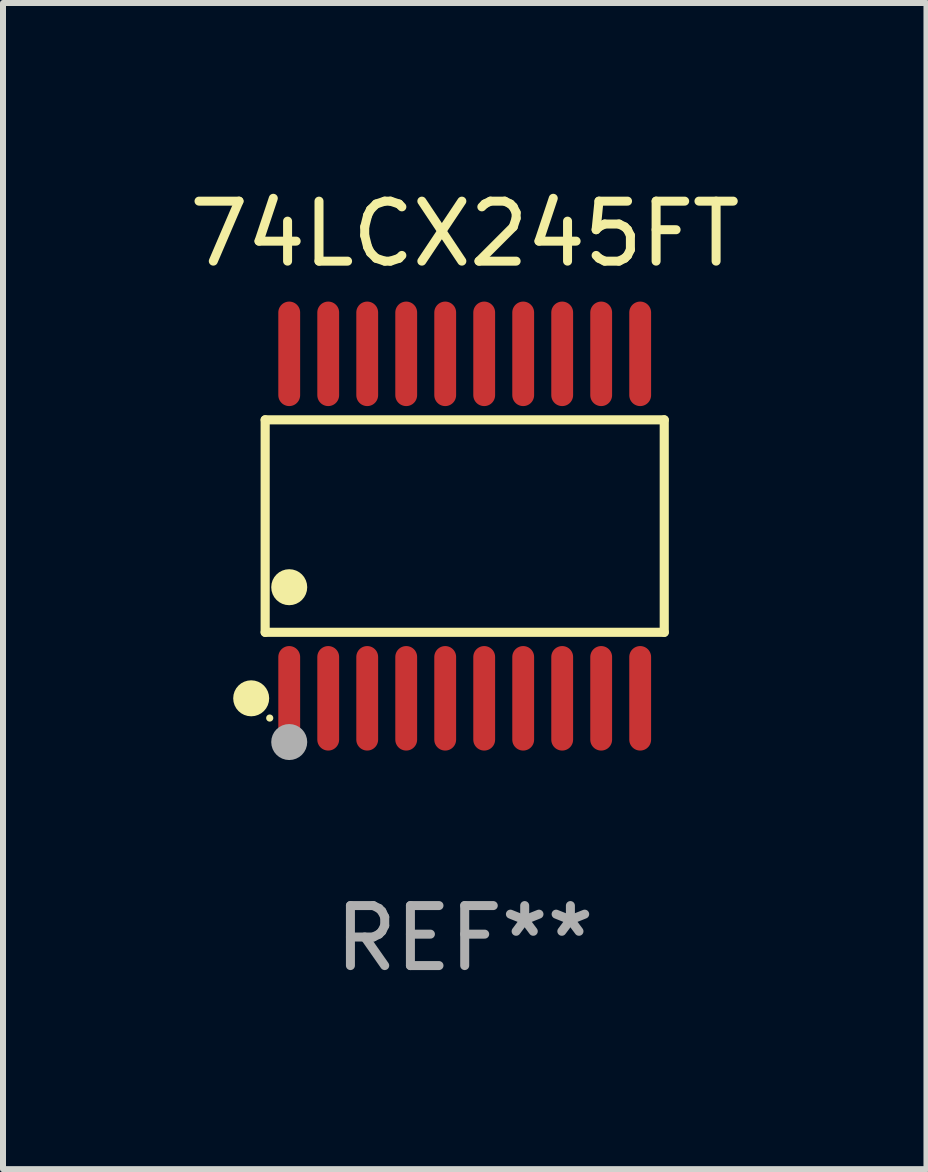
<source format=kicad_pcb>
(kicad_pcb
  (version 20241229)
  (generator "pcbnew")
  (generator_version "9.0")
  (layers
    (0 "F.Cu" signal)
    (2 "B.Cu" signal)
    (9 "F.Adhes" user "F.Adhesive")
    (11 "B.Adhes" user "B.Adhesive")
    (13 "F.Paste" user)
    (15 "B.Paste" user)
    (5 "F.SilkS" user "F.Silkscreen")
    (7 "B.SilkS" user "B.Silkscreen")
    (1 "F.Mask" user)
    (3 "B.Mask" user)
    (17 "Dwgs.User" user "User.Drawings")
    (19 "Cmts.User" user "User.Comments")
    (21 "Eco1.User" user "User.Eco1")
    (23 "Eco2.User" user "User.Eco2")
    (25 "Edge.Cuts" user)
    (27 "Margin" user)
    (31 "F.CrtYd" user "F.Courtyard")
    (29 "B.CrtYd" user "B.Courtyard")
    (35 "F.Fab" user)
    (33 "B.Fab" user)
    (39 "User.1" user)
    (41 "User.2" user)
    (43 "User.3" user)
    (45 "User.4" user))
  (footprint "74LCX245FT"
    (layer "F.Cu")
    (at 4.696 5.719)
    (property "Reference" "74LCX245FT" (at 0 -4.871 0) (layer "F.SilkS") (effects (font (size 1 1) (thickness 0.15))))
    (attr through_hole)
    (fp_line (start -3.326 -1.771) (end 3.326 -1.771) (stroke (width 0.152) (type solid)) (layer "F.SilkS"))
    (fp_line (start -3.326 1.771) (end -3.326 -1.771) (stroke (width 0.152) (type solid)) (layer "F.SilkS"))
    (fp_line (start 3.326 -1.771) (end 3.326 1.771) (stroke (width 0.152) (type solid)) (layer "F.SilkS"))
    (fp_line (start 3.326 1.771) (end -3.326 1.771) (stroke (width 0.152) (type solid)) (layer "F.SilkS"))
    (fp_circle (center -3.559 2.871) (end -3.409 2.871) (stroke (width 0.3) (type solid)) (fill no) (layer "F.SilkS"))
    (fp_circle (center -3.25 3.2) (end -3.22 3.2) (stroke (width 0.06) (type solid)) (fill no) (layer "F.SilkS"))
    (fp_circle (center -2.925 1.019) (end -2.775 1.019) (stroke (width 0.3) (type solid)) (fill no) (layer "F.SilkS"))
    (fp_circle (center -2.925 3.6) (end -2.775 3.6) (stroke (width 0.3) (type solid)) (fill no) (layer "F.Fab"))
    (fp_text user "REF**" (at 0 6.871 0) (layer "F.Fab") (effects (font (size 1 1) (thickness 0.15))))
    (pad "1" smd oval (at -2.925 2.871) (size 0.364 1.742) (layers "F.Cu" "F.Mask" "F.Paste"))
    (pad "2" smd oval (at -2.275 2.871) (size 0.364 1.742) (layers "F.Cu" "F.Mask" "F.Paste"))
    (pad "3" smd oval (at -1.625 2.871) (size 0.364 1.742) (layers "F.Cu" "F.Mask" "F.Paste"))
    (pad "4" smd oval (at -0.975 2.871) (size 0.364 1.742) (layers "F.Cu" "F.Mask" "F.Paste"))
    (pad "5" smd oval (at -0.325 2.871) (size 0.364 1.742) (layers "F.Cu" "F.Mask" "F.Paste"))
    (pad "6" smd oval (at 0.325 2.871) (size 0.364 1.742) (layers "F.Cu" "F.Mask" "F.Paste"))
    (pad "7" smd oval (at 0.975 2.871) (size 0.364 1.742) (layers "F.Cu" "F.Mask" "F.Paste"))
    (pad "8" smd oval (at 1.625 2.871) (size 0.364 1.742) (layers "F.Cu" "F.Mask" "F.Paste"))
    (pad "9" smd oval (at 2.275 2.871) (size 0.364 1.742) (layers "F.Cu" "F.Mask" "F.Paste"))
    (pad "10" smd oval (at 2.925 2.871) (size 0.364 1.742) (layers "F.Cu" "F.Mask" "F.Paste"))
    (pad "11" smd oval (at 2.925 -2.871) (size 0.364 1.742) (layers "F.Cu" "F.Mask" "F.Paste"))
    (pad "12" smd oval (at 2.275 -2.871) (size 0.364 1.742) (layers "F.Cu" "F.Mask" "F.Paste"))
    (pad "13" smd oval (at 1.625 -2.871) (size 0.364 1.742) (layers "F.Cu" "F.Mask" "F.Paste"))
    (pad "14" smd oval (at 0.975 -2.871) (size 0.364 1.742) (layers "F.Cu" "F.Mask" "F.Paste"))
    (pad "15" smd oval (at 0.325 -2.871) (size 0.364 1.742) (layers "F.Cu" "F.Mask" "F.Paste"))
    (pad "16" smd oval (at -0.325 -2.871) (size 0.364 1.742) (layers "F.Cu" "F.Mask" "F.Paste"))
    (pad "17" smd oval (at -0.975 -2.871) (size 0.364 1.742) (layers "F.Cu" "F.Mask" "F.Paste"))
    (pad "18" smd oval (at -1.625 -2.871) (size 0.364 1.742) (layers "F.Cu" "F.Mask" "F.Paste"))
    (pad "19" smd oval (at -2.275 -2.871) (size 0.364 1.742) (layers "F.Cu" "F.Mask" "F.Paste"))
    (pad "20" smd oval (at -2.925 -2.871) (size 0.364 1.742) (layers "F.Cu" "F.Mask" "F.Paste")))
  (gr_rect
    (start -3 -3)
    (end 12.393 16.438)
    (stroke (width 0.1) (type default))
    (fill no)
    (layer "Edge.Cuts")))
</source>
